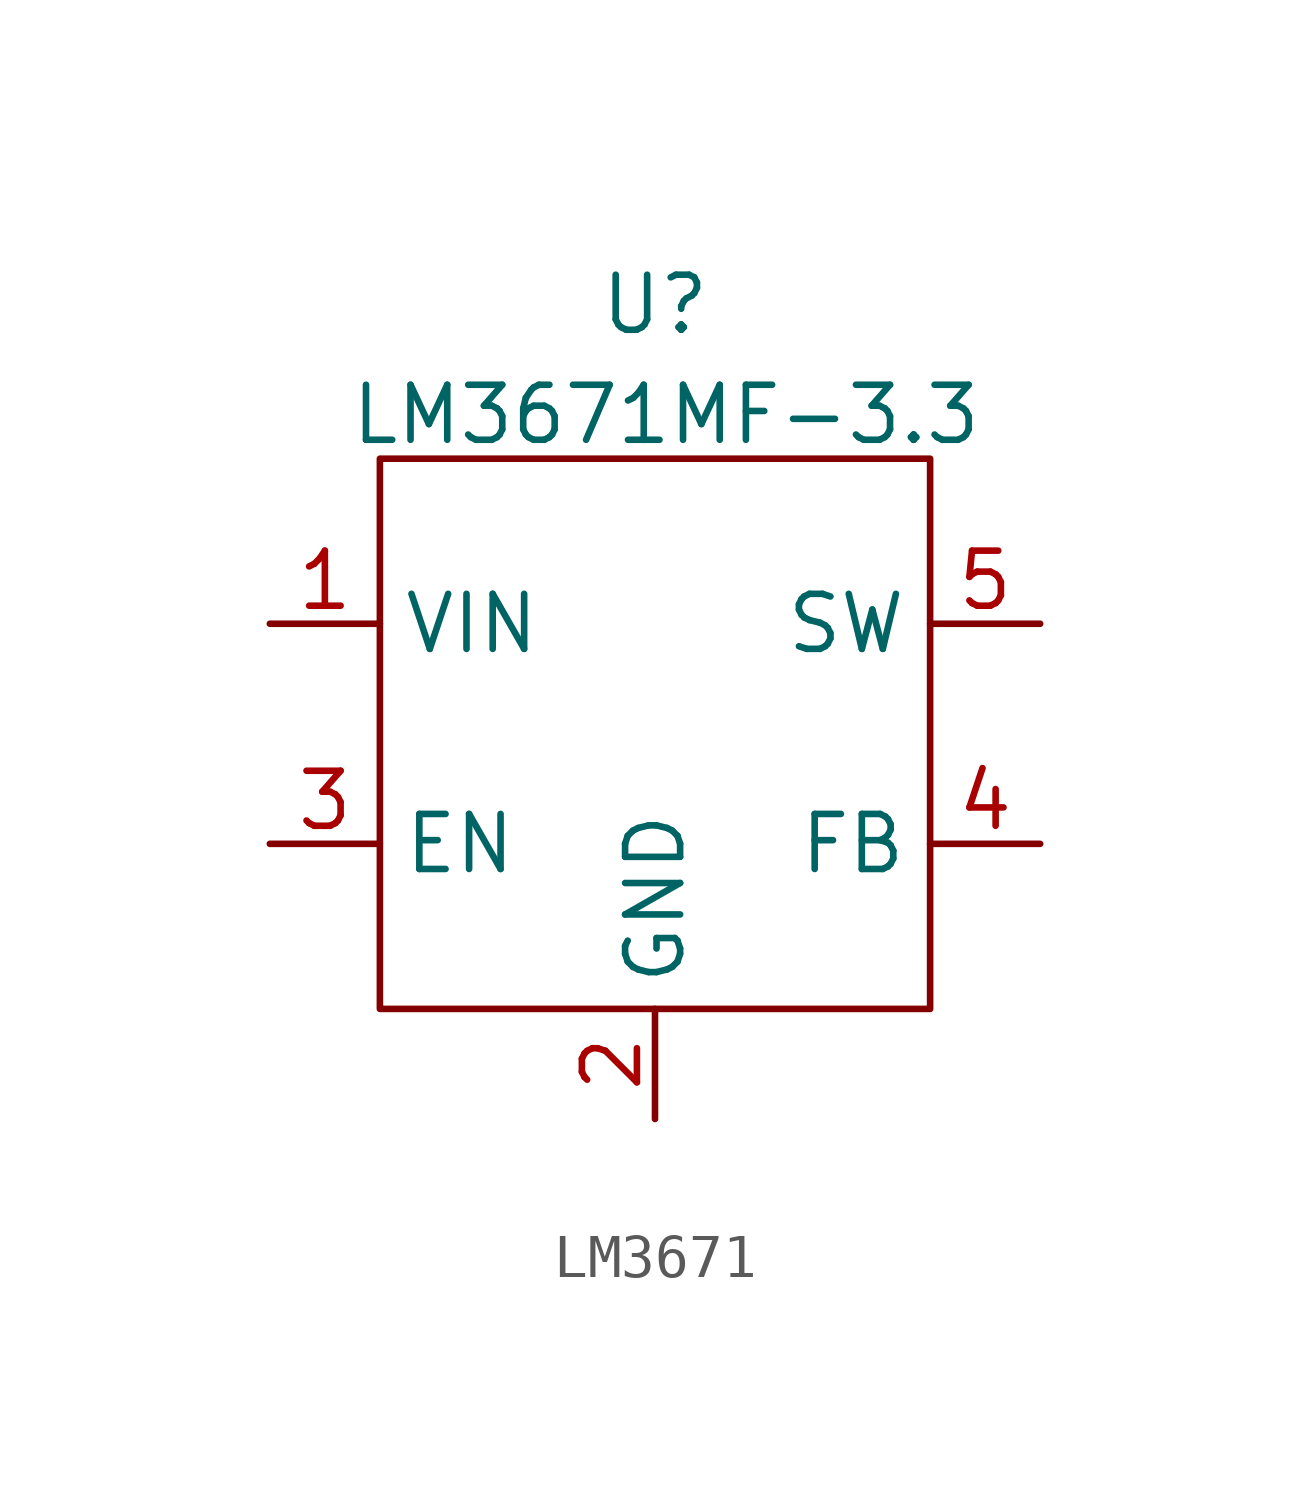
<source format=kicad_sym>
(kicad_symbol_lib
  (version 20231120)
  (generator "kicad_symbol_editor")
  (generator_version "8.0")
  (symbol "LM3671"
    (property "Reference" "U"
      (at 0 9.906 0)
      (effects (font (size 1.27 1.27))))
    (property "Value" "LM3671MF-3.3"
      (at 0.254 7.366 0)
      (effects (font (size 1.27 1.27))))
    (symbol "LM3671_0_1"
      (rectangle (start -6.35 6.35) (end 6.35 -6.35) (stroke (width 0) (type default)) (fill (type none))))
    (symbol "LM3671_1_0"
      (pin power_in line (at 0 -8.89 90) (length 2.54) (name "GND" (effects (font (size 1.27 1.27)))) (number "2" (effects (font (size 1.27 1.27)))))
      (pin power_in line (at -8.89 -2.54 0) (length 2.54) (name "EN" (effects (font (size 1.27 1.27)))) (number "3" (effects (font (size 1.27 1.27)))))
      (pin power_out line (at 8.89 -2.54 180) (length 2.54) (name "FB" (effects (font (size 1.27 1.27)))) (number "4" (effects (font (size 1.27 1.27)))))
      (pin power_out line (at 8.89 2.54 180) (length 2.54) (name "SW" (effects (font (size 1.27 1.27)))) (number "5" (effects (font (size 1.27 1.27))))))
    (symbol "LM3671_1_1"
      (pin power_in line (at -8.89 2.54 0) (length 2.54) (name "VIN" (effects (font (size 1.27 1.27)))) (number "1" (effects (font (size 1.27 1.27))))))))
</source>
